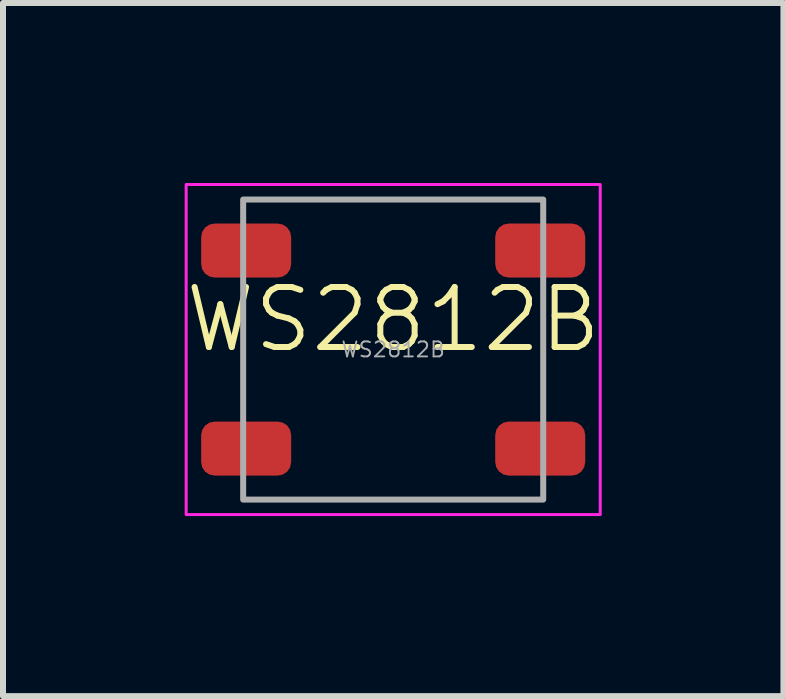
<source format=kicad_pcb>
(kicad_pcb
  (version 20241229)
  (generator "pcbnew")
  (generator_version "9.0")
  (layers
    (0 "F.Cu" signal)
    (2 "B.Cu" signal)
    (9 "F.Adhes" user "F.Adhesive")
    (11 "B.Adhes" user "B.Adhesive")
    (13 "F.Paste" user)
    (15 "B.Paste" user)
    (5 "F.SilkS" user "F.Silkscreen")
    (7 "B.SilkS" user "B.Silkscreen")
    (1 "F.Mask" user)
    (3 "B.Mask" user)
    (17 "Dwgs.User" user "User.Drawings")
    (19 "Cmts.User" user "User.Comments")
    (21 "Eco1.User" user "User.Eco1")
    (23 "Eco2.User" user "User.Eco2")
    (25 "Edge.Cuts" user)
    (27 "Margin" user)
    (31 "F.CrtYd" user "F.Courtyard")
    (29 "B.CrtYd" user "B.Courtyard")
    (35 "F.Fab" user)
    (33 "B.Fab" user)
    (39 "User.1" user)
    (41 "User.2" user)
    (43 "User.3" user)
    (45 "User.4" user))
  (footprint "WS2812B"
    (layer "F.Cu")
    (at 3.502 2.775)
    (property "Reference" "WS2812B" (at 0 -0.5 0) (unlocked yes) (layer "F.SilkS") (effects (font (size 1 1) (thickness 0.1))))
    (attr smd)
    (fp_rect (start -3.45 -2.75) (end 3.45 2.75) (stroke (width 0.05) (type solid)) (fill no) (layer "F.CrtYd"))
    (fp_rect (start -2.5 -2.5) (end 2.5 2.5) (stroke (width 0.1) (type solid)) (fill no) (layer "F.Fab"))
    (fp_text user "${REFERENCE}" (at 0 0 0) (unlocked yes) (layer "F.Fab") (effects (font (size 0.25 0.25) (thickness 0.031))))
    (pad "1" smd roundrect (at -2.45 -1.65) (size 1.5 0.9) (layers "F.Cu" "F.Mask" "F.Paste") (roundrect_rratio 0.25))
    (pad "2" smd roundrect (at -2.45 1.65) (size 1.5 0.9) (layers "F.Cu" "F.Mask" "F.Paste") (roundrect_rratio 0.25))
    (pad "3" smd roundrect (at 2.45 1.65) (size 1.5 0.9) (layers "F.Cu" "F.Mask" "F.Paste") (roundrect_rratio 0.25))
    (pad "4" smd roundrect (at 2.45 -1.65) (size 1.5 0.9) (layers "F.Cu" "F.Mask" "F.Paste") (roundrect_rratio 0.25)))
  (gr_rect
    (start -3 -3)
    (end 10.005 8.55)
    (stroke (width 0.1) (type default))
    (fill no)
    (layer "Edge.Cuts")))
</source>
